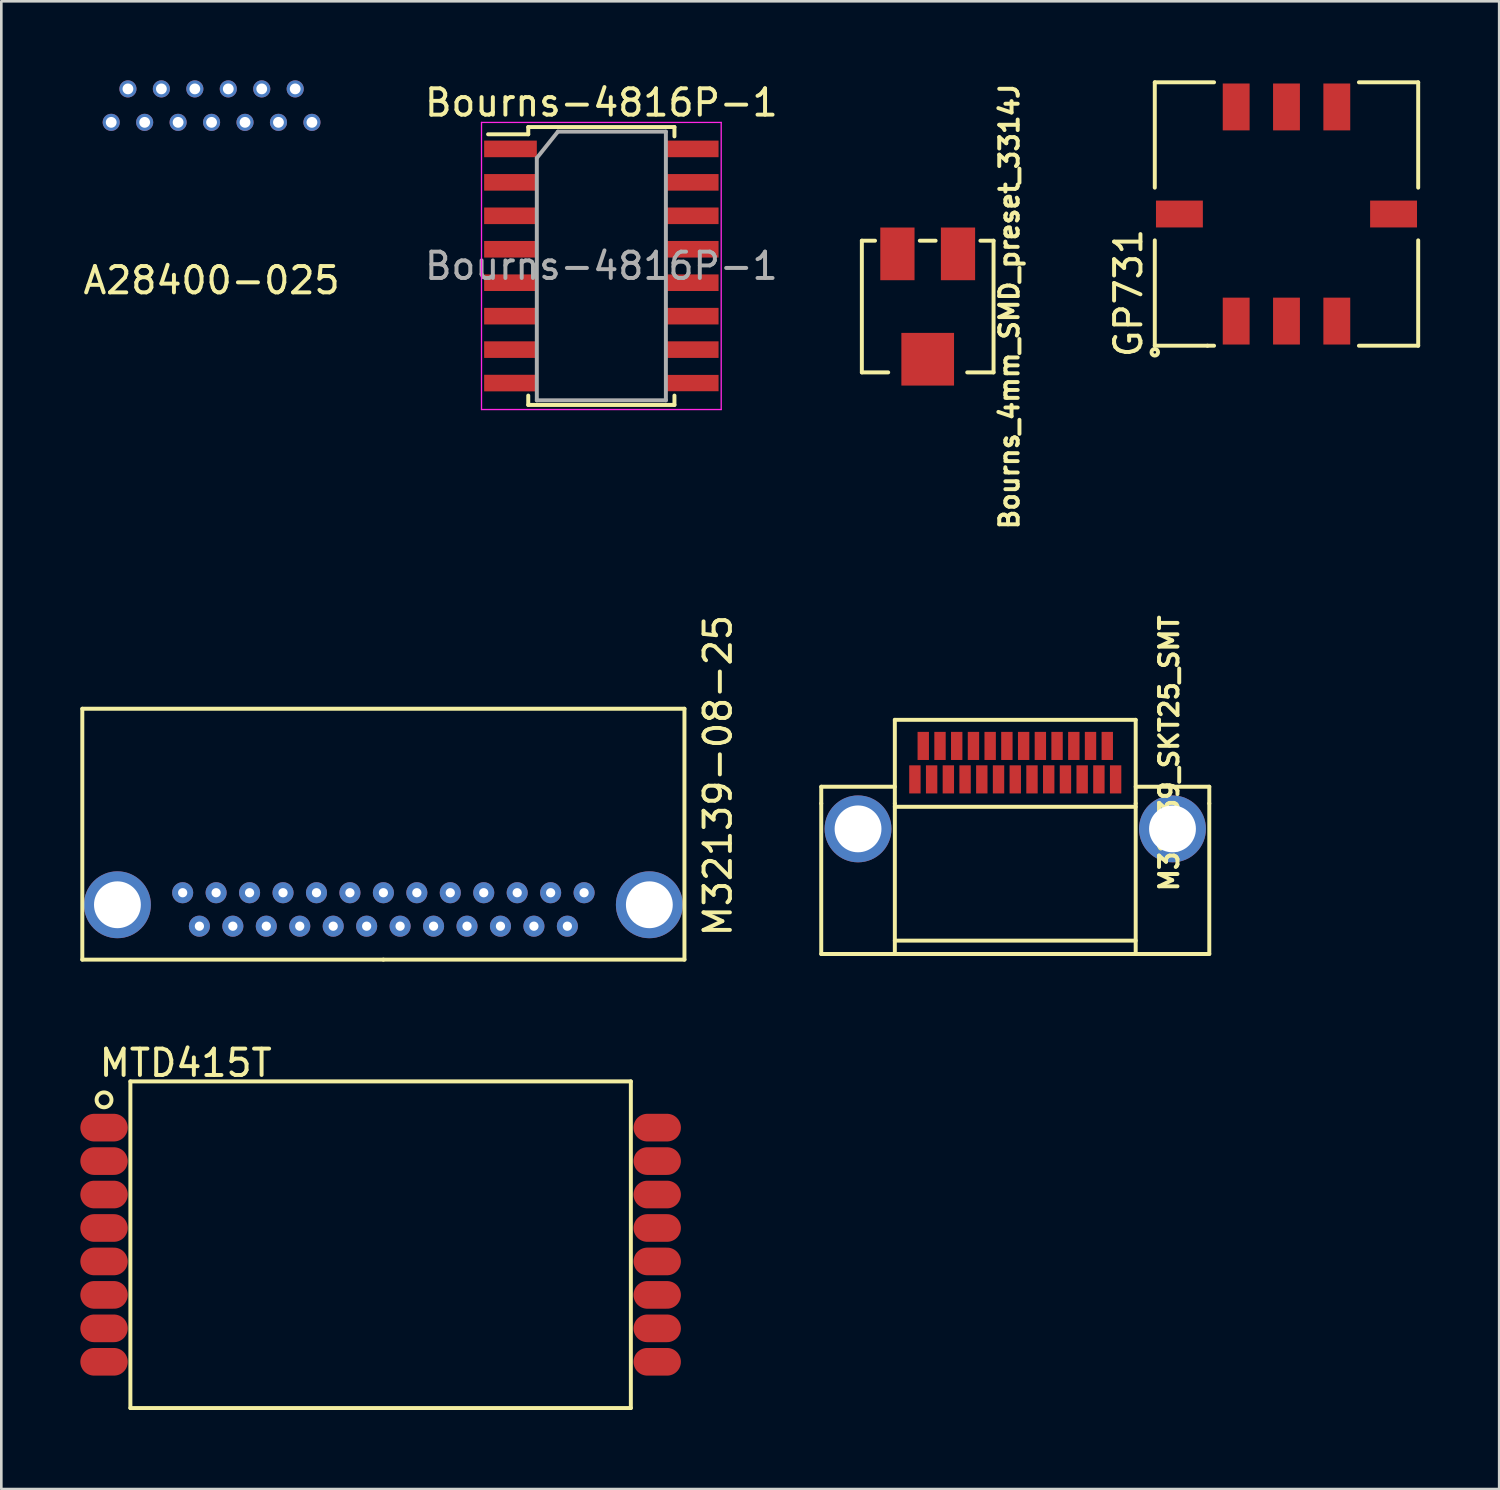
<source format=kicad_pcb>
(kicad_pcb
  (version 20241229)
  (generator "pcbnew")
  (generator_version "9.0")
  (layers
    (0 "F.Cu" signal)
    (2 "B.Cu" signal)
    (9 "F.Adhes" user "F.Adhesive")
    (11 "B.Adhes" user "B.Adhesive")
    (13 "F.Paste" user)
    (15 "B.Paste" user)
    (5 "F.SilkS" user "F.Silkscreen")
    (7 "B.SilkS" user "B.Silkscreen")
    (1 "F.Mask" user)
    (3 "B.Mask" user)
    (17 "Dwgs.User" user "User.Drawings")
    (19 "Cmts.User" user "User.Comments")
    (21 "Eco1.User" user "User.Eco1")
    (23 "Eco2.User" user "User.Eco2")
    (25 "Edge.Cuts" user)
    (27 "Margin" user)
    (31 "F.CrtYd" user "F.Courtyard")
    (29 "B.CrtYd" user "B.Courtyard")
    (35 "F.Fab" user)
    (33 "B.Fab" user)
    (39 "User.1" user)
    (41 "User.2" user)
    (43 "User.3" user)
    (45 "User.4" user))
  (footprint "M32139_SKT25_SMT"
    (layer "F.Cu")
    (at 35.494 33.168)
    (property "Reference" "M32139_SKT25_SMT" (at 5.842 -7.62 90) (layer "F.SilkS") (effects (font (size 0.7 0.7) (thickness 0.15))))
    (attr through_hole)
    (fp_line (start -7.366 -6.35) (end -4.572 -6.35) (stroke (width 0.15) (type solid)) (layer "F.SilkS"))
    (fp_line (start -7.366 -5.715) (end -7.366 -6.35) (stroke (width 0.15) (type solid)) (layer "F.SilkS"))
    (fp_line (start -7.366 0) (end -7.366 -5.715) (stroke (width 0.15) (type solid)) (layer "F.SilkS"))
    (fp_line (start -4.572 -8.89) (end 4.572 -8.89) (stroke (width 0.15) (type solid)) (layer "F.SilkS"))
    (fp_line (start -4.572 -5.715) (end -4.572 -8.89) (stroke (width 0.15) (type solid)) (layer "F.SilkS"))
    (fp_line (start -4.572 -5.715) (end -4.572 0) (stroke (width 0.15) (type solid)) (layer "F.SilkS"))
    (fp_line (start -4.572 -5.588) (end 4.572 -5.588) (stroke (width 0.15) (type solid)) (layer "F.SilkS"))
    (fp_line (start -4.572 -0.508) (end 4.572 -0.508) (stroke (width 0.15) (type solid)) (layer "F.SilkS"))
    (fp_line (start 0 0) (end -7.366 0) (stroke (width 0.15) (type solid)) (layer "F.SilkS"))
    (fp_line (start 0 0) (end 7.366 0) (stroke (width 0.15) (type solid)) (layer "F.SilkS"))
    (fp_line (start 4.572 -8.89) (end 4.572 -5.715) (stroke (width 0.15) (type solid)) (layer "F.SilkS"))
    (fp_line (start 4.572 -6.35) (end 7.366 -6.35) (stroke (width 0.15) (type solid)) (layer "F.SilkS"))
    (fp_line (start 4.572 -5.715) (end 4.572 0) (stroke (width 0.15) (type solid)) (layer "F.SilkS"))
    (fp_line (start 7.366 -6.35) (end 7.366 -5.715) (stroke (width 0.15) (type solid)) (layer "F.SilkS"))
    (fp_line (start 7.366 -5.715) (end 7.366 0) (stroke (width 0.15) (type solid)) (layer "F.SilkS"))
    (pad "0" thru_hole oval (at -5.969 -4.75) (size 2.54 2.54) (drill 1.778) (layers "*.Cu" "*.Mask"))
    (pad "0" thru_hole oval (at 5.969 -4.75) (size 2.54 2.54) (drill 1.778) (layers "*.Cu" "*.Mask"))
    (pad "1" smd rect (at -3.81 -6.629) (size 0.432 1.067) (layers "F.Cu" "F.Mask" "F.Paste"))
    (pad "2" smd rect (at -3.175 -6.629) (size 0.432 1.067) (layers "F.Cu" "F.Mask" "F.Paste"))
    (pad "3" smd rect (at -2.54 -6.629) (size 0.432 1.067) (layers "F.Cu" "F.Mask" "F.Paste"))
    (pad "4" smd rect (at -1.905 -6.629) (size 0.432 1.067) (layers "F.Cu" "F.Mask" "F.Paste"))
    (pad "5" smd rect (at -1.27 -6.629) (size 0.432 1.067) (layers "F.Cu" "F.Mask" "F.Paste"))
    (pad "6" smd rect (at -0.635 -6.629) (size 0.432 1.067) (layers "F.Cu" "F.Mask" "F.Paste"))
    (pad "7" smd rect (at 0 -6.629) (size 0.432 1.067) (layers "F.Cu" "F.Mask" "F.Paste"))
    (pad "8" smd rect (at 0.635 -6.629) (size 0.432 1.067) (layers "F.Cu" "F.Mask" "F.Paste"))
    (pad "9" smd rect (at 1.27 -6.629) (size 0.432 1.067) (layers "F.Cu" "F.Mask" "F.Paste"))
    (pad "10" smd rect (at 1.905 -6.629) (size 0.432 1.067) (layers "F.Cu" "F.Mask" "F.Paste"))
    (pad "11" smd rect (at 2.54 -6.629) (size 0.432 1.067) (layers "F.Cu" "F.Mask" "F.Paste"))
    (pad "12" smd rect (at 3.175 -6.629) (size 0.432 1.067) (layers "F.Cu" "F.Mask" "F.Paste"))
    (pad "13" smd rect (at 3.81 -6.629) (size 0.432 1.067) (layers "F.Cu" "F.Mask" "F.Paste"))
    (pad "14" smd rect (at -3.493 -7.899) (size 0.432 1.067) (layers "F.Cu" "F.Mask" "F.Paste"))
    (pad "15" smd rect (at -2.857 -7.899) (size 0.432 1.067) (layers "F.Cu" "F.Mask" "F.Paste"))
    (pad "16" smd rect (at -2.223 -7.899) (size 0.432 1.067) (layers "F.Cu" "F.Mask" "F.Paste"))
    (pad "17" smd rect (at -1.587 -7.899) (size 0.432 1.067) (layers "F.Cu" "F.Mask" "F.Paste"))
    (pad "18" smd rect (at -0.953 -7.899) (size 0.432 1.067) (layers "F.Cu" "F.Mask" "F.Paste"))
    (pad "19" smd rect (at -0.318 -7.899) (size 0.432 1.067) (layers "F.Cu" "F.Mask" "F.Paste"))
    (pad "20" smd rect (at 0.318 -7.899) (size 0.432 1.067) (layers "F.Cu" "F.Mask" "F.Paste"))
    (pad "21" smd rect (at 0.953 -7.899) (size 0.432 1.067) (layers "F.Cu" "F.Mask" "F.Paste"))
    (pad "22" smd rect (at 1.587 -7.899) (size 0.432 1.067) (layers "F.Cu" "F.Mask" "F.Paste"))
    (pad "23" smd rect (at 2.223 -7.899) (size 0.432 1.067) (layers "F.Cu" "F.Mask" "F.Paste"))
    (pad "24" smd rect (at 2.857 -7.899) (size 0.432 1.067) (layers "F.Cu" "F.Mask" "F.Paste"))
    (pad "25" smd rect (at 3.493 -7.899) (size 0.432 1.067) (layers "F.Cu" "F.Mask" "F.Paste")))
  (footprint "GP731"
    (layer "F.Cu")
    (at 45.791 5.075)
    (property "Reference" "GP731" (at -6 3 90) (layer "F.SilkS") (effects (font (size 1 1) (thickness 0.15))))
    (attr through_hole)
    (fp_line (start -5 -5) (end -2.75 -5) (stroke (width 0.15) (type solid)) (layer "F.SilkS"))
    (fp_line (start -5 -1) (end -5 -5) (stroke (width 0.15) (type solid)) (layer "F.SilkS"))
    (fp_line (start -5 1) (end -5 5) (stroke (width 0.15) (type solid)) (layer "F.SilkS"))
    (fp_line (start -5 5) (end -3 5) (stroke (width 0.15) (type solid)) (layer "F.SilkS"))
    (fp_line (start -3 5) (end -2.75 5) (stroke (width 0.15) (type solid)) (layer "F.SilkS"))
    (fp_line (start 2.75 -5) (end 5 -5) (stroke (width 0.15) (type solid)) (layer "F.SilkS"))
    (fp_line (start 2.75 5) (end 5 5) (stroke (width 0.15) (type solid)) (layer "F.SilkS"))
    (fp_line (start 5 -5) (end 5 -1) (stroke (width 0.15) (type solid)) (layer "F.SilkS"))
    (fp_line (start 5 5) (end 5 1) (stroke (width 0.15) (type solid)) (layer "F.SilkS"))
    (fp_circle (center -5 5.25) (end -4.95 5.25) (stroke (width 0.15) (type solid)) (fill no) (layer "F.SilkS"))
    (pad "1" smd rect (at -1.91 4.065) (size 1.02 1.78) (layers "F.Cu" "F.Mask" "F.Paste"))
    (pad "2" smd rect (at 0 4.065) (size 1.02 1.78) (layers "F.Cu" "F.Mask" "F.Paste"))
    (pad "3" smd rect (at 1.91 4.065) (size 1.02 1.78) (layers "F.Cu" "F.Mask" "F.Paste"))
    (pad "4" smd rect (at 4.065 0) (size 1.78 1.02) (layers "F.Cu" "F.Mask" "F.Paste"))
    (pad "5" smd rect (at 1.91 -4.065) (size 1.02 1.78) (layers "F.Cu" "F.Mask" "F.Paste"))
    (pad "6" smd rect (at 0 -4.065) (size 1.02 1.78) (layers "F.Cu" "F.Mask" "F.Paste"))
    (pad "7" smd rect (at -1.91 -4.065) (size 1.02 1.78) (layers "F.Cu" "F.Mask" "F.Paste"))
    (pad "8" smd rect (at -4.065 0) (size 1.78 1.02) (layers "F.Cu" "F.Mask" "F.Paste")))
  (footprint "Bourns_4mm_SMD_preset_3314J"
    (layer "F.Cu")
    (at 32.17 8.588)
    (property "Reference" "Bourns_4mm_SMD_preset_3314J" (at 3.1 0 90) (layer "F.SilkS") (effects (font (size 0.7 0.7) (thickness 0.15))))
    (attr through_hole)
    (fp_line (start -2.5 -2.5) (end -2.5 2.5) (stroke (width 0.15) (type solid)) (layer "F.SilkS"))
    (fp_line (start -2.5 -2.5) (end -2 -2.5) (stroke (width 0.15) (type solid)) (layer "F.SilkS"))
    (fp_line (start -2.5 2.5) (end -1.5 2.5) (stroke (width 0.15) (type solid)) (layer "F.SilkS"))
    (fp_line (start -0.3 -2.5) (end 0.3 -2.5) (stroke (width 0.15) (type solid)) (layer "F.SilkS"))
    (fp_line (start 2 -2.5) (end 2.5 -2.5) (stroke (width 0.15) (type solid)) (layer "F.SilkS"))
    (fp_line (start 2.5 -2.5) (end 2.5 2.5) (stroke (width 0.15) (type solid)) (layer "F.SilkS"))
    (fp_line (start 2.5 2.5) (end 1.5 2.5) (stroke (width 0.15) (type solid)) (layer "F.SilkS"))
    (pad "1" smd rect (at -1.15 -2) (size 1.3 2) (layers "F.Cu" "F.Mask" "F.Paste"))
    (pad "2" smd rect (at 0 2) (size 2 2) (layers "F.Cu" "F.Mask" "F.Paste"))
    (pad "3" smd rect (at 1.15 -2) (size 1.3 2) (layers "F.Cu" "F.Mask" "F.Paste")))
  (footprint "MTD415T"
    (layer "F.Cu")
    (at 11.4 44.205)
    (property "Reference" "MTD415T" (at -7.4 -6.9 0) (layer "F.SilkS") (effects (font (size 1 1) (thickness 0.15))))
    (attr through_hole)
    (fp_line (start -9.5 -6.2) (end -9.5 6.2) (stroke (width 0.15) (type solid)) (layer "F.SilkS"))
    (fp_line (start -9.5 -6.2) (end 9.5 -6.2) (stroke (width 0.15) (type solid)) (layer "F.SilkS"))
    (fp_line (start -9.5 6.2) (end 9.5 6.2) (stroke (width 0.15) (type solid)) (layer "F.SilkS"))
    (fp_line (start 9.5 -6.2) (end 9.5 6.2) (stroke (width 0.15) (type solid)) (layer "F.SilkS"))
    (fp_circle (center -10.5 -5.5) (end -10.3 -5.7) (stroke (width 0.15) (type solid)) (fill no) (layer "F.SilkS"))
    (pad "1" smd oval (at -10.5 -4.445) (size 1.8 1.05) (layers "F.Cu" "F.Mask" "F.Paste"))
    (pad "2" smd oval (at -10.5 -3.175) (size 1.8 1.05) (layers "F.Cu" "F.Mask" "F.Paste"))
    (pad "3" smd oval (at -10.5 -1.905) (size 1.8 1.05) (layers "F.Cu" "F.Mask" "F.Paste"))
    (pad "4" smd oval (at -10.5 -0.635) (size 1.8 1.05) (layers "F.Cu" "F.Mask" "F.Paste"))
    (pad "5" smd oval (at -10.5 0.635) (size 1.8 1.05) (layers "F.Cu" "F.Mask" "F.Paste"))
    (pad "6" smd oval (at -10.5 1.905) (size 1.8 1.05) (layers "F.Cu" "F.Mask" "F.Paste"))
    (pad "7" smd oval (at -10.5 3.175) (size 1.8 1.05) (layers "F.Cu" "F.Mask" "F.Paste"))
    (pad "8" smd oval (at -10.5 4.445) (size 1.8 1.05) (layers "F.Cu" "F.Mask" "F.Paste"))
    (pad "9" smd oval (at 10.5 4.445) (size 1.8 1.05) (layers "F.Cu" "F.Mask" "F.Paste"))
    (pad "10" smd oval (at 10.5 3.175) (size 1.8 1.05) (layers "F.Cu" "F.Mask" "F.Paste"))
    (pad "11" smd oval (at 10.5 1.905) (size 1.8 1.05) (layers "F.Cu" "F.Mask" "F.Paste"))
    (pad "12" smd oval (at 10.5 0.635) (size 1.8 1.05) (layers "F.Cu" "F.Mask" "F.Paste"))
    (pad "13" smd oval (at 10.5 -0.635) (size 1.8 1.05) (layers "F.Cu" "F.Mask" "F.Paste"))
    (pad "14" smd oval (at 10.5 -1.905) (size 1.8 1.05) (layers "F.Cu" "F.Mask" "F.Paste"))
    (pad "15" smd oval (at 10.5 -3.175) (size 1.8 1.05) (layers "F.Cu" "F.Mask" "F.Paste"))
    (pad "16" smd oval (at 10.5 -4.445) (size 1.8 1.05) (layers "F.Cu" "F.Mask" "F.Paste")))
  (footprint "A28400-025"
    (layer "F.Cu")
    (at 4.982 1.595)
    (property "Reference" "A28400-025" (at 0 6 0) (layer "F.SilkS") (effects (font (size 1 1) (thickness 0.15))))
    (attr through_hole)
    (pad "1" thru_hole circle (at 0 0) (size 0.65 0.65) (drill 0.41) (layers "*.Cu" "*.Mask"))
    (pad "2" thru_hole circle (at -1.27 0) (size 0.65 0.65) (drill 0.41) (layers "*.Cu" "*.Mask"))
    (pad "3" thru_hole circle (at -2.54 0) (size 0.65 0.65) (drill 0.41) (layers "*.Cu" "*.Mask"))
    (pad "4" thru_hole circle (at -3.81 0) (size 0.65 0.65) (drill 0.41) (layers "*.Cu" "*.Mask"))
    (pad "5" thru_hole circle (at 1.27 0) (size 0.65 0.65) (drill 0.41) (layers "*.Cu" "*.Mask"))
    (pad "6" thru_hole circle (at 2.54 0) (size 0.65 0.65) (drill 0.41) (layers "*.Cu" "*.Mask"))
    (pad "7" thru_hole circle (at 3.81 0) (size 0.65 0.65) (drill 0.41) (layers "*.Cu" "*.Mask"))
    (pad "8" thru_hole circle (at -3.175 -1.27) (size 0.65 0.65) (drill 0.41) (layers "*.Cu" "*.Mask"))
    (pad "9" thru_hole circle (at -1.905 -1.27) (size 0.65 0.65) (drill 0.41) (layers "*.Cu" "*.Mask"))
    (pad "10" thru_hole circle (at -0.635 -1.27) (size 0.65 0.65) (drill 0.41) (layers "*.Cu" "*.Mask"))
    (pad "11" thru_hole circle (at 0.635 -1.27) (size 0.65 0.65) (drill 0.41) (layers "*.Cu" "*.Mask"))
    (pad "12" thru_hole circle (at 1.905 -1.27) (size 0.65 0.65) (drill 0.41) (layers "*.Cu" "*.Mask"))
    (pad "13" thru_hole circle (at 3.175 -1.27) (size 0.65 0.65) (drill 0.41) (layers "*.Cu" "*.Mask")))
  (footprint "Bourns-4816P-1"
    (layer "F.Cu")
    (at 19.78 7.048)
    (property "Reference" "Bourns-4816P-1" (at 0 -6.2 0) (layer "F.SilkS") (effects (font (size 1 1) (thickness 0.15))))
    (attr smd)
    (fp_line (start -2.775 -5.275) (end -2.775 -5) (stroke (width 0.15) (type solid)) (layer "F.SilkS"))
    (fp_line (start -2.775 -5.275) (end 2.775 -5.275) (stroke (width 0.15) (type solid)) (layer "F.SilkS"))
    (fp_line (start -2.775 -5) (end -4.3 -5) (stroke (width 0.15) (type solid)) (layer "F.SilkS"))
    (fp_line (start -2.775 5.275) (end -2.775 4.92) (stroke (width 0.15) (type solid)) (layer "F.SilkS"))
    (fp_line (start -2.775 5.275) (end 2.775 5.275) (stroke (width 0.15) (type solid)) (layer "F.SilkS"))
    (fp_line (start 2.775 -5.275) (end 2.775 -4.92) (stroke (width 0.15) (type solid)) (layer "F.SilkS"))
    (fp_line (start 2.775 5.275) (end 2.775 4.92) (stroke (width 0.15) (type solid)) (layer "F.SilkS"))
    (fp_line (start -4.55 -5.45) (end -4.55 5.45) (stroke (width 0.05) (type solid)) (layer "F.CrtYd"))
    (fp_line (start -4.55 -5.45) (end 4.55 -5.45) (stroke (width 0.05) (type solid)) (layer "F.CrtYd"))
    (fp_line (start -4.55 5.45) (end 4.55 5.45) (stroke (width 0.05) (type solid)) (layer "F.CrtYd"))
    (fp_line (start 4.55 -5.45) (end 4.55 5.45) (stroke (width 0.05) (type solid)) (layer "F.CrtYd"))
    (fp_line (start -2.45 -4.1) (end -1.65 -5.1) (stroke (width 0.15) (type solid)) (layer "F.Fab"))
    (fp_line (start -2.45 5.1) (end -2.45 -4.1) (stroke (width 0.15) (type solid)) (layer "F.Fab"))
    (fp_line (start -1.65 -5.1) (end 2.45 -5.1) (stroke (width 0.15) (type solid)) (layer "F.Fab"))
    (fp_line (start 2.45 -5.1) (end 2.45 5.1) (stroke (width 0.15) (type solid)) (layer "F.Fab"))
    (fp_line (start 2.45 5.1) (end -2.45 5.1) (stroke (width 0.15) (type solid)) (layer "F.Fab"))
    (fp_text user "${REFERENCE}" (at 0 0 0) (layer "F.Fab") (effects (font (size 1 1) (thickness 0.15))))
    (pad "1" smd rect (at -3.45 -4.445) (size 2 0.63) (layers "F.Cu" "F.Mask" "F.Paste"))
    (pad "2" smd rect (at -3.45 -3.175) (size 2 0.63) (layers "F.Cu" "F.Mask" "F.Paste"))
    (pad "3" smd rect (at -3.45 -1.905) (size 2 0.63) (layers "F.Cu" "F.Mask" "F.Paste"))
    (pad "4" smd rect (at -3.45 -0.635) (size 2 0.63) (layers "F.Cu" "F.Mask" "F.Paste"))
    (pad "5" smd rect (at -3.45 0.635) (size 2 0.63) (layers "F.Cu" "F.Mask" "F.Paste"))
    (pad "6" smd rect (at -3.45 1.905) (size 2 0.63) (layers "F.Cu" "F.Mask" "F.Paste"))
    (pad "7" smd rect (at -3.45 3.175) (size 2 0.63) (layers "F.Cu" "F.Mask" "F.Paste"))
    (pad "8" smd rect (at -3.45 4.445) (size 2 0.63) (layers "F.Cu" "F.Mask" "F.Paste"))
    (pad "9" smd rect (at 3.45 4.445) (size 2 0.62) (layers "F.Cu" "F.Mask" "F.Paste"))
    (pad "10" smd rect (at 3.45 3.175) (size 2 0.63) (layers "F.Cu" "F.Mask" "F.Paste"))
    (pad "11" smd rect (at 3.45 1.905) (size 2 0.63) (layers "F.Cu" "F.Mask" "F.Paste"))
    (pad "12" smd rect (at 3.45 0.635) (size 2 0.63) (layers "F.Cu" "F.Mask" "F.Paste"))
    (pad "13" smd rect (at 3.45 -0.635) (size 2 0.63) (layers "F.Cu" "F.Mask" "F.Paste"))
    (pad "14" smd rect (at 3.45 -1.905) (size 2 0.63) (layers "F.Cu" "F.Mask" "F.Paste"))
    (pad "15" smd rect (at 3.45 -3.175) (size 2 0.63) (layers "F.Cu" "F.Mask" "F.Paste"))
    (pad "16" smd rect (at 3.45 -4.445) (size 2 0.63) (layers "F.Cu" "F.Mask" "F.Paste")))
  (footprint "M32139-08-25"
    (layer "F.Cu")
    (at 11.505 32.112)
    (property "Reference" "M32139-08-25" (at 12.7 -5.715 90) (layer "F.SilkS") (effects (font (size 1 1) (thickness 0.15))))
    (attr through_hole)
    (fp_line (start -11.43 -8.255) (end 11.43 -8.255) (stroke (width 0.15) (type solid)) (layer "F.SilkS"))
    (fp_line (start -11.43 1.27) (end -11.43 -8.255) (stroke (width 0.15) (type solid)) (layer "F.SilkS"))
    (fp_line (start 0 1.27) (end -11.43 1.27) (stroke (width 0.15) (type solid)) (layer "F.SilkS"))
    (fp_line (start 11.43 -8.255) (end 11.43 1.27) (stroke (width 0.15) (type solid)) (layer "F.SilkS"))
    (fp_line (start 11.43 1.27) (end 0 1.27) (stroke (width 0.15) (type solid)) (layer "F.SilkS"))
    (pad "0" thru_hole circle (at -10.097 -0.813) (size 2.54 2.54) (drill 1.778) (layers "*.Cu" "*.Mask"))
    (pad "0" thru_hole circle (at 10.097 -0.813) (size 2.54 2.54) (drill 1.778) (layers "*.Cu" "*.Mask"))
    (pad "1" thru_hole circle (at 7.62 -1.27) (size 0.8 0.8) (drill 0.35) (layers "*.Cu" "*.Mask"))
    (pad "2" thru_hole circle (at 6.985 0) (size 0.8 0.8) (drill 0.35) (layers "*.Cu" "*.Mask"))
    (pad "3" thru_hole circle (at 6.35 -1.27) (size 0.8 0.8) (drill 0.35) (layers "*.Cu" "*.Mask"))
    (pad "4" thru_hole circle (at 5.715 0) (size 0.8 0.8) (drill 0.35) (layers "*.Cu" "*.Mask"))
    (pad "5" thru_hole circle (at 5.08 -1.27) (size 0.8 0.8) (drill 0.35) (layers "*.Cu" "*.Mask"))
    (pad "6" thru_hole circle (at 4.445 0) (size 0.8 0.8) (drill 0.35) (layers "*.Cu" "*.Mask"))
    (pad "7" thru_hole circle (at 3.81 -1.27) (size 0.8 0.8) (drill 0.35) (layers "*.Cu" "*.Mask"))
    (pad "8" thru_hole circle (at 3.175 0) (size 0.8 0.8) (drill 0.35) (layers "*.Cu" "*.Mask"))
    (pad "9" thru_hole circle (at 2.54 -1.27) (size 0.8 0.8) (drill 0.35) (layers "*.Cu" "*.Mask"))
    (pad "10" thru_hole circle (at 1.905 0) (size 0.8 0.8) (drill 0.35) (layers "*.Cu" "*.Mask"))
    (pad "11" thru_hole circle (at 1.27 -1.27) (size 0.8 0.8) (drill 0.35) (layers "*.Cu" "*.Mask"))
    (pad "12" thru_hole circle (at 0.635 0) (size 0.8 0.8) (drill 0.35) (layers "*.Cu" "*.Mask"))
    (pad "13" thru_hole circle (at 0 -1.27) (size 0.8 0.8) (drill 0.35) (layers "*.Cu" "*.Mask"))
    (pad "14" thru_hole circle (at -0.635 0) (size 0.8 0.8) (drill 0.35) (layers "*.Cu" "*.Mask"))
    (pad "15" thru_hole circle (at -1.27 -1.27) (size 0.8 0.8) (drill 0.35) (layers "*.Cu" "*.Mask"))
    (pad "16" thru_hole circle (at -1.905 0) (size 0.8 0.8) (drill 0.35) (layers "*.Cu" "*.Mask"))
    (pad "17" thru_hole circle (at -2.54 -1.27) (size 0.8 0.8) (drill 0.35) (layers "*.Cu" "*.Mask"))
    (pad "18" thru_hole circle (at -3.175 0) (size 0.8 0.8) (drill 0.35) (layers "*.Cu" "*.Mask"))
    (pad "19" thru_hole circle (at -3.81 -1.27) (size 0.8 0.8) (drill 0.35) (layers "*.Cu" "*.Mask"))
    (pad "20" thru_hole circle (at -4.445 0) (size 0.8 0.8) (drill 0.35) (layers "*.Cu" "*.Mask"))
    (pad "21" thru_hole circle (at -5.08 -1.27) (size 0.8 0.8) (drill 0.35) (layers "*.Cu" "*.Mask"))
    (pad "22" thru_hole circle (at -5.715 0) (size 0.8 0.8) (drill 0.35) (layers "*.Cu" "*.Mask"))
    (pad "23" thru_hole circle (at -6.35 -1.27) (size 0.8 0.8) (drill 0.35) (layers "*.Cu" "*.Mask"))
    (pad "24" thru_hole circle (at -6.985 0) (size 0.8 0.8) (drill 0.35) (layers "*.Cu" "*.Mask"))
    (pad "25" thru_hole circle (at -7.62 -1.27) (size 0.8 0.8) (drill 0.35) (layers "*.Cu" "*.Mask")))
  (gr_rect
    (start -3 -3)
    (end 53.866 53.48)
    (stroke (width 0.1) (type default))
    (fill no)
    (layer "Edge.Cuts")))
</source>
